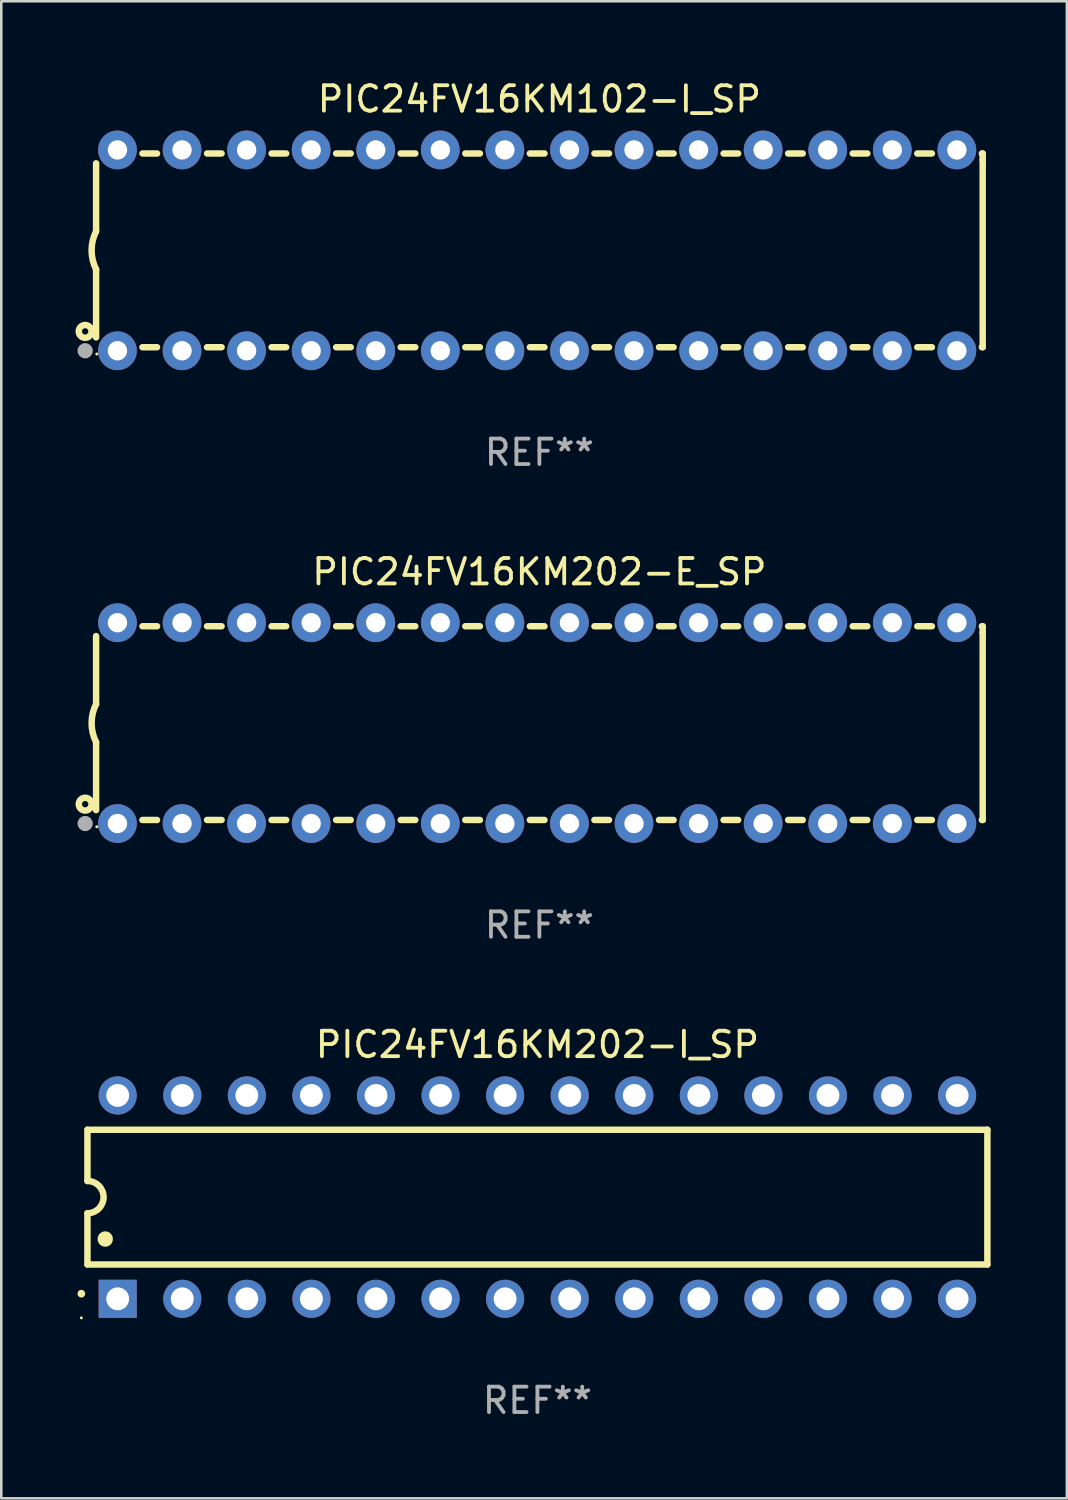
<source format=kicad_pcb>
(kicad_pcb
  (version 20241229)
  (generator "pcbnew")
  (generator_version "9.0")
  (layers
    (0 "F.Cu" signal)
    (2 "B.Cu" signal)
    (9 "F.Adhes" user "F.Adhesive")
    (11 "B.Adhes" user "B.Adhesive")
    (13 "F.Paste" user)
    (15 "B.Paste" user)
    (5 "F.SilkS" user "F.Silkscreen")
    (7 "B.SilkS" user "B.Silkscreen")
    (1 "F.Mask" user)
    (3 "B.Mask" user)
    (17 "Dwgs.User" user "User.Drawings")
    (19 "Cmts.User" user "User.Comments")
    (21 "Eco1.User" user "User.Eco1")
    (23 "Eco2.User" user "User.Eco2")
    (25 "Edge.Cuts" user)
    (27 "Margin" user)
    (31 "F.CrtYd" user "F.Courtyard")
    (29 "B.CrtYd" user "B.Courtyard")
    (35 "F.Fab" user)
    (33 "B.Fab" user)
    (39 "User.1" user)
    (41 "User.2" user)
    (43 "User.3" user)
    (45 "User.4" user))
  (footprint "PIC24FV16KM202-E_SP"
    (layer "F.Cu")
    (at 18.168 25.395)
    (property "Reference" "PIC24FV16KM202-E_SP" (at 0 -5.95 0) (layer "F.SilkS") (effects (font (size 1 1) (thickness 0.15))))
    (attr through_hole)
    (fp_line (start -17.438 0.75) (end -17.438 3.423) (stroke (width 0.254) (type solid)) (layer "F.SilkS"))
    (fp_line (start -17.438 -3.423) (end -17.438 -0.75) (stroke (width 0.254) (type solid)) (layer "F.SilkS"))
    (fp_line (start -15.615 3.81) (end -15.041 3.81) (stroke (width 0.254) (type solid)) (layer "F.SilkS"))
    (fp_line (start -15.041 -3.81) (end -15.614 -3.81) (stroke (width 0.254) (type solid)) (layer "F.SilkS"))
    (fp_line (start -13.075 3.81) (end -12.501 3.81) (stroke (width 0.254) (type solid)) (layer "F.SilkS"))
    (fp_line (start -12.501 -3.81) (end -13.074 -3.81) (stroke (width 0.254) (type solid)) (layer "F.SilkS"))
    (fp_line (start -10.535 3.81) (end -9.961 3.81) (stroke (width 0.254) (type solid)) (layer "F.SilkS"))
    (fp_line (start -9.961 -3.81) (end -10.534 -3.81) (stroke (width 0.254) (type solid)) (layer "F.SilkS"))
    (fp_line (start -7.995 3.81) (end -7.421 3.81) (stroke (width 0.254) (type solid)) (layer "F.SilkS"))
    (fp_line (start -7.421 -3.81) (end -7.995 -3.81) (stroke (width 0.254) (type solid)) (layer "F.SilkS"))
    (fp_line (start -5.455 3.81) (end -4.881 3.81) (stroke (width 0.254) (type solid)) (layer "F.SilkS"))
    (fp_line (start -4.881 -3.81) (end -5.455 -3.81) (stroke (width 0.254) (type solid)) (layer "F.SilkS"))
    (fp_line (start -2.915 3.81) (end -2.341 3.81) (stroke (width 0.254) (type solid)) (layer "F.SilkS"))
    (fp_line (start -2.341 -3.81) (end -2.915 -3.81) (stroke (width 0.254) (type solid)) (layer "F.SilkS"))
    (fp_line (start -0.375 3.81) (end 0.199 3.81) (stroke (width 0.254) (type solid)) (layer "F.SilkS"))
    (fp_line (start 0.199 -3.81) (end -0.375 -3.81) (stroke (width 0.254) (type solid)) (layer "F.SilkS"))
    (fp_line (start 2.165 3.81) (end 2.739 3.81) (stroke (width 0.254) (type solid)) (layer "F.SilkS"))
    (fp_line (start 2.739 -3.81) (end 2.165 -3.81) (stroke (width 0.254) (type solid)) (layer "F.SilkS"))
    (fp_line (start 4.705 3.81) (end 5.279 3.81) (stroke (width 0.254) (type solid)) (layer "F.SilkS"))
    (fp_line (start 5.279 -3.81) (end 4.705 -3.81) (stroke (width 0.254) (type solid)) (layer "F.SilkS"))
    (fp_line (start 7.245 3.81) (end 7.819 3.81) (stroke (width 0.254) (type solid)) (layer "F.SilkS"))
    (fp_line (start 7.819 -3.81) (end 7.245 -3.81) (stroke (width 0.254) (type solid)) (layer "F.SilkS"))
    (fp_line (start 9.785 3.81) (end 10.359 3.81) (stroke (width 0.254) (type solid)) (layer "F.SilkS"))
    (fp_line (start 10.359 -3.81) (end 9.785 -3.81) (stroke (width 0.254) (type solid)) (layer "F.SilkS"))
    (fp_line (start 12.325 3.81) (end 12.899 3.81) (stroke (width 0.254) (type solid)) (layer "F.SilkS"))
    (fp_line (start 12.899 -3.81) (end 12.325 -3.81) (stroke (width 0.254) (type solid)) (layer "F.SilkS"))
    (fp_line (start 14.865 3.81) (end 15.439 3.81) (stroke (width 0.254) (type solid)) (layer "F.SilkS"))
    (fp_line (start 15.439 -3.81) (end 14.865 -3.81) (stroke (width 0.254) (type solid)) (layer "F.SilkS"))
    (fp_line (start 17.405 3.81) (end 17.438 3.81) (stroke (width 0.254) (type solid)) (layer "F.SilkS"))
    (fp_line (start 17.438 -3.81) (end 17.405 -3.81) (stroke (width 0.254) (type solid)) (layer "F.SilkS"))
    (fp_line (start 17.438 -3.556) (end 17.438 -3.81) (stroke (width 0.254) (type solid)) (layer "F.SilkS"))
    (fp_line (start 17.438 3.81) (end 17.438 -3.556) (stroke (width 0.254) (type solid)) (layer "F.SilkS"))
    (fp_arc (start -17.437986 0.749657) (mid -17.614887 -0.000024) (end -17.437783 -0.749657) (stroke (width 0.254001) (type solid)) (layer "F.SilkS"))
    (fp_circle (center -17.868 3.188) (end -17.743 3.188) (stroke (width 0.254) (type solid)) (fill no) (layer "F.SilkS"))
    (fp_circle (center -17.411 4.077) (end -17.381 4.077) (stroke (width 0.06) (type solid)) (fill no) (layer "F.SilkS"))
    (fp_circle (center -17.868 3.95) (end -17.718 3.95) (stroke (width 0.3) (type solid)) (fill no) (layer "F.Fab"))
    (fp_text user "REF**" (at 0 7.95 0) (layer "F.Fab") (effects (font (size 1 1) (thickness 0.15))))
    (pad "1" thru_hole circle (at -16.598 3.95) (size 1.524 1.524) (drill 0.762) (layers "*.Cu" "*.Mask"))
    (pad "2" thru_hole circle (at -14.058 3.95) (size 1.524 1.524) (drill 0.762) (layers "*.Cu" "*.Mask"))
    (pad "3" thru_hole circle (at -11.518 3.95) (size 1.524 1.524) (drill 0.762) (layers "*.Cu" "*.Mask"))
    (pad "4" thru_hole circle (at -8.978 3.95) (size 1.524 1.524) (drill 0.762) (layers "*.Cu" "*.Mask"))
    (pad "5" thru_hole circle (at -6.438 3.95) (size 1.524 1.524) (drill 0.762) (layers "*.Cu" "*.Mask"))
    (pad "6" thru_hole circle (at -3.898 3.95) (size 1.524 1.524) (drill 0.762) (layers "*.Cu" "*.Mask"))
    (pad "7" thru_hole circle (at -1.358 3.95) (size 1.524 1.524) (drill 0.762) (layers "*.Cu" "*.Mask"))
    (pad "8" thru_hole circle (at 1.182 3.95) (size 1.524 1.524) (drill 0.762) (layers "*.Cu" "*.Mask"))
    (pad "9" thru_hole circle (at 3.722 3.95) (size 1.524 1.524) (drill 0.762) (layers "*.Cu" "*.Mask"))
    (pad "10" thru_hole circle (at 6.262 3.95) (size 1.524 1.524) (drill 0.762) (layers "*.Cu" "*.Mask"))
    (pad "11" thru_hole circle (at 8.802 3.95) (size 1.524 1.524) (drill 0.762) (layers "*.Cu" "*.Mask"))
    (pad "12" thru_hole circle (at 11.342 3.95) (size 1.524 1.524) (drill 0.762) (layers "*.Cu" "*.Mask"))
    (pad "13" thru_hole circle (at 13.882 3.95) (size 1.524 1.524) (drill 0.762) (layers "*.Cu" "*.Mask"))
    (pad "14" thru_hole circle (at 16.422 3.95) (size 1.524 1.524) (drill 0.762) (layers "*.Cu" "*.Mask"))
    (pad "15" thru_hole circle (at 16.422 -3.95) (size 1.524 1.524) (drill 0.762) (layers "*.Cu" "*.Mask"))
    (pad "16" thru_hole circle (at 13.882 -3.95) (size 1.524 1.524) (drill 0.762) (layers "*.Cu" "*.Mask"))
    (pad "17" thru_hole circle (at 11.342 -3.95) (size 1.524 1.524) (drill 0.762) (layers "*.Cu" "*.Mask"))
    (pad "18" thru_hole circle (at 8.802 -3.95) (size 1.524 1.524) (drill 0.762) (layers "*.Cu" "*.Mask"))
    (pad "19" thru_hole circle (at 6.262 -3.95) (size 1.524 1.524) (drill 0.762) (layers "*.Cu" "*.Mask"))
    (pad "20" thru_hole circle (at 3.722 -3.95) (size 1.524 1.524) (drill 0.762) (layers "*.Cu" "*.Mask"))
    (pad "21" thru_hole circle (at 1.182 -3.95) (size 1.524 1.524) (drill 0.762) (layers "*.Cu" "*.Mask"))
    (pad "22" thru_hole circle (at -1.358 -3.95) (size 1.524 1.524) (drill 0.762) (layers "*.Cu" "*.Mask"))
    (pad "23" thru_hole circle (at -3.898 -3.95) (size 1.524 1.524) (drill 0.762) (layers "*.Cu" "*.Mask"))
    (pad "24" thru_hole circle (at -6.438 -3.95) (size 1.524 1.524) (drill 0.762) (layers "*.Cu" "*.Mask"))
    (pad "25" thru_hole circle (at -8.978 -3.95) (size 1.524 1.524) (drill 0.762) (layers "*.Cu" "*.Mask"))
    (pad "26" thru_hole circle (at -11.517 -3.95) (size 1.524 1.524) (drill 0.762) (layers "*.Cu" "*.Mask"))
    (pad "27" thru_hole circle (at -14.057 -3.95) (size 1.524 1.524) (drill 0.762) (layers "*.Cu" "*.Mask"))
    (pad "28" thru_hole circle (at -16.597 -3.95) (size 1.524 1.524) (drill 0.762) (layers "*.Cu" "*.Mask")))
  (footprint "PIC24FV16KM102-I_SP"
    (layer "F.Cu")
    (at 18.168 6.798)
    (property "Reference" "PIC24FV16KM102-I_SP" (at 0 -5.95 0) (layer "F.SilkS") (effects (font (size 1 1) (thickness 0.15))))
    (attr through_hole)
    (fp_line (start -17.438 0.75) (end -17.438 3.423) (stroke (width 0.254) (type solid)) (layer "F.SilkS"))
    (fp_line (start -17.438 -3.423) (end -17.438 -0.75) (stroke (width 0.254) (type solid)) (layer "F.SilkS"))
    (fp_line (start -15.615 3.81) (end -15.041 3.81) (stroke (width 0.254) (type solid)) (layer "F.SilkS"))
    (fp_line (start -15.041 -3.81) (end -15.614 -3.81) (stroke (width 0.254) (type solid)) (layer "F.SilkS"))
    (fp_line (start -13.075 3.81) (end -12.501 3.81) (stroke (width 0.254) (type solid)) (layer "F.SilkS"))
    (fp_line (start -12.501 -3.81) (end -13.074 -3.81) (stroke (width 0.254) (type solid)) (layer "F.SilkS"))
    (fp_line (start -10.535 3.81) (end -9.961 3.81) (stroke (width 0.254) (type solid)) (layer "F.SilkS"))
    (fp_line (start -9.961 -3.81) (end -10.534 -3.81) (stroke (width 0.254) (type solid)) (layer "F.SilkS"))
    (fp_line (start -7.995 3.81) (end -7.421 3.81) (stroke (width 0.254) (type solid)) (layer "F.SilkS"))
    (fp_line (start -7.421 -3.81) (end -7.995 -3.81) (stroke (width 0.254) (type solid)) (layer "F.SilkS"))
    (fp_line (start -5.455 3.81) (end -4.881 3.81) (stroke (width 0.254) (type solid)) (layer "F.SilkS"))
    (fp_line (start -4.881 -3.81) (end -5.455 -3.81) (stroke (width 0.254) (type solid)) (layer "F.SilkS"))
    (fp_line (start -2.915 3.81) (end -2.341 3.81) (stroke (width 0.254) (type solid)) (layer "F.SilkS"))
    (fp_line (start -2.341 -3.81) (end -2.915 -3.81) (stroke (width 0.254) (type solid)) (layer "F.SilkS"))
    (fp_line (start -0.375 3.81) (end 0.199 3.81) (stroke (width 0.254) (type solid)) (layer "F.SilkS"))
    (fp_line (start 0.199 -3.81) (end -0.375 -3.81) (stroke (width 0.254) (type solid)) (layer "F.SilkS"))
    (fp_line (start 2.165 3.81) (end 2.739 3.81) (stroke (width 0.254) (type solid)) (layer "F.SilkS"))
    (fp_line (start 2.739 -3.81) (end 2.165 -3.81) (stroke (width 0.254) (type solid)) (layer "F.SilkS"))
    (fp_line (start 4.705 3.81) (end 5.279 3.81) (stroke (width 0.254) (type solid)) (layer "F.SilkS"))
    (fp_line (start 5.279 -3.81) (end 4.705 -3.81) (stroke (width 0.254) (type solid)) (layer "F.SilkS"))
    (fp_line (start 7.245 3.81) (end 7.819 3.81) (stroke (width 0.254) (type solid)) (layer "F.SilkS"))
    (fp_line (start 7.819 -3.81) (end 7.245 -3.81) (stroke (width 0.254) (type solid)) (layer "F.SilkS"))
    (fp_line (start 9.785 3.81) (end 10.359 3.81) (stroke (width 0.254) (type solid)) (layer "F.SilkS"))
    (fp_line (start 10.359 -3.81) (end 9.785 -3.81) (stroke (width 0.254) (type solid)) (layer "F.SilkS"))
    (fp_line (start 12.325 3.81) (end 12.899 3.81) (stroke (width 0.254) (type solid)) (layer "F.SilkS"))
    (fp_line (start 12.899 -3.81) (end 12.325 -3.81) (stroke (width 0.254) (type solid)) (layer "F.SilkS"))
    (fp_line (start 14.865 3.81) (end 15.439 3.81) (stroke (width 0.254) (type solid)) (layer "F.SilkS"))
    (fp_line (start 15.439 -3.81) (end 14.865 -3.81) (stroke (width 0.254) (type solid)) (layer "F.SilkS"))
    (fp_line (start 17.405 3.81) (end 17.438 3.81) (stroke (width 0.254) (type solid)) (layer "F.SilkS"))
    (fp_line (start 17.438 -3.81) (end 17.405 -3.81) (stroke (width 0.254) (type solid)) (layer "F.SilkS"))
    (fp_line (start 17.438 -3.556) (end 17.438 -3.81) (stroke (width 0.254) (type solid)) (layer "F.SilkS"))
    (fp_line (start 17.438 3.81) (end 17.438 -3.556) (stroke (width 0.254) (type solid)) (layer "F.SilkS"))
    (fp_arc (start -17.437986 0.749657) (mid -17.614887 -0.000024) (end -17.437783 -0.749657) (stroke (width 0.254001) (type solid)) (layer "F.SilkS"))
    (fp_circle (center -17.868 3.188) (end -17.743 3.188) (stroke (width 0.254) (type solid)) (fill no) (layer "F.SilkS"))
    (fp_circle (center -17.411 4.077) (end -17.381 4.077) (stroke (width 0.06) (type solid)) (fill no) (layer "F.SilkS"))
    (fp_circle (center -17.868 3.95) (end -17.718 3.95) (stroke (width 0.3) (type solid)) (fill no) (layer "F.Fab"))
    (fp_text user "REF**" (at 0 7.95 0) (layer "F.Fab") (effects (font (size 1 1) (thickness 0.15))))
    (pad "1" thru_hole circle (at -16.598 3.95) (size 1.524 1.524) (drill 0.762) (layers "*.Cu" "*.Mask"))
    (pad "2" thru_hole circle (at -14.058 3.95) (size 1.524 1.524) (drill 0.762) (layers "*.Cu" "*.Mask"))
    (pad "3" thru_hole circle (at -11.518 3.95) (size 1.524 1.524) (drill 0.762) (layers "*.Cu" "*.Mask"))
    (pad "4" thru_hole circle (at -8.978 3.95) (size 1.524 1.524) (drill 0.762) (layers "*.Cu" "*.Mask"))
    (pad "5" thru_hole circle (at -6.438 3.95) (size 1.524 1.524) (drill 0.762) (layers "*.Cu" "*.Mask"))
    (pad "6" thru_hole circle (at -3.898 3.95) (size 1.524 1.524) (drill 0.762) (layers "*.Cu" "*.Mask"))
    (pad "7" thru_hole circle (at -1.358 3.95) (size 1.524 1.524) (drill 0.762) (layers "*.Cu" "*.Mask"))
    (pad "8" thru_hole circle (at 1.182 3.95) (size 1.524 1.524) (drill 0.762) (layers "*.Cu" "*.Mask"))
    (pad "9" thru_hole circle (at 3.722 3.95) (size 1.524 1.524) (drill 0.762) (layers "*.Cu" "*.Mask"))
    (pad "10" thru_hole circle (at 6.262 3.95) (size 1.524 1.524) (drill 0.762) (layers "*.Cu" "*.Mask"))
    (pad "11" thru_hole circle (at 8.802 3.95) (size 1.524 1.524) (drill 0.762) (layers "*.Cu" "*.Mask"))
    (pad "12" thru_hole circle (at 11.342 3.95) (size 1.524 1.524) (drill 0.762) (layers "*.Cu" "*.Mask"))
    (pad "13" thru_hole circle (at 13.882 3.95) (size 1.524 1.524) (drill 0.762) (layers "*.Cu" "*.Mask"))
    (pad "14" thru_hole circle (at 16.422 3.95) (size 1.524 1.524) (drill 0.762) (layers "*.Cu" "*.Mask"))
    (pad "15" thru_hole circle (at 16.422 -3.95) (size 1.524 1.524) (drill 0.762) (layers "*.Cu" "*.Mask"))
    (pad "16" thru_hole circle (at 13.882 -3.95) (size 1.524 1.524) (drill 0.762) (layers "*.Cu" "*.Mask"))
    (pad "17" thru_hole circle (at 11.342 -3.95) (size 1.524 1.524) (drill 0.762) (layers "*.Cu" "*.Mask"))
    (pad "18" thru_hole circle (at 8.802 -3.95) (size 1.524 1.524) (drill 0.762) (layers "*.Cu" "*.Mask"))
    (pad "19" thru_hole circle (at 6.262 -3.95) (size 1.524 1.524) (drill 0.762) (layers "*.Cu" "*.Mask"))
    (pad "20" thru_hole circle (at 3.722 -3.95) (size 1.524 1.524) (drill 0.762) (layers "*.Cu" "*.Mask"))
    (pad "21" thru_hole circle (at 1.182 -3.95) (size 1.524 1.524) (drill 0.762) (layers "*.Cu" "*.Mask"))
    (pad "22" thru_hole circle (at -1.358 -3.95) (size 1.524 1.524) (drill 0.762) (layers "*.Cu" "*.Mask"))
    (pad "23" thru_hole circle (at -3.898 -3.95) (size 1.524 1.524) (drill 0.762) (layers "*.Cu" "*.Mask"))
    (pad "24" thru_hole circle (at -6.438 -3.95) (size 1.524 1.524) (drill 0.762) (layers "*.Cu" "*.Mask"))
    (pad "25" thru_hole circle (at -8.978 -3.95) (size 1.524 1.524) (drill 0.762) (layers "*.Cu" "*.Mask"))
    (pad "26" thru_hole circle (at -11.517 -3.95) (size 1.524 1.524) (drill 0.762) (layers "*.Cu" "*.Mask"))
    (pad "27" thru_hole circle (at -14.057 -3.95) (size 1.524 1.524) (drill 0.762) (layers "*.Cu" "*.Mask"))
    (pad "28" thru_hole circle (at -16.597 -3.95) (size 1.524 1.524) (drill 0.762) (layers "*.Cu" "*.Mask")))
  (footprint "PIC24FV16KM202-I_SP"
    (layer "F.Cu")
    (at 18.09 44.041)
    (property "Reference" "PIC24FV16KM202-I_SP" (at 0 -6 0) (layer "F.SilkS") (effects (font (size 1 1) (thickness 0.15))))
    (attr through_hole)
    (fp_line (start -17.7 -2.65) (end 17.7 -2.65) (stroke (width 0.254) (type solid)) (layer "F.SilkS"))
    (fp_line (start -17.7 -0.635) (end -17.7 -2.65) (stroke (width 0.254) (type solid)) (layer "F.SilkS"))
    (fp_line (start -17.7 2.65) (end -17.7 0.635) (stroke (width 0.254) (type solid)) (layer "F.SilkS"))
    (fp_line (start 17.7 -2.65) (end 17.7 2.65) (stroke (width 0.254) (type solid)) (layer "F.SilkS"))
    (fp_line (start 17.7 2.65) (end -17.7 2.65) (stroke (width 0.254) (type solid)) (layer "F.SilkS"))
    (fp_arc (start -17.940056 3.799848) (mid -17.940061 3.798578) (end -17.940056 3.797308) (stroke (width 0.3) (type solid)) (layer "F.SilkS"))
    (fp_arc (start -17.701295 -0.635001) (mid -17.066294 0) (end -17.701295 0.635001) (stroke (width 0.254001) (type solid)) (layer "F.SilkS"))
    (fp_arc (start -17.000254 1.651003) (mid -17.000265 1.648463) (end -17.000254 1.645923) (stroke (width 0.6) (type solid)) (layer "F.SilkS"))
    (fp_circle (center -17.94 4.75) (end -17.91 4.75) (stroke (width 0.06) (type solid)) (fill no) (layer "F.SilkS"))
    (fp_text user "REF**" (at 0 8 0) (layer "F.Fab") (effects (font (size 1 1) (thickness 0.15))))
    (pad "1" thru_hole rect (at -16.51 4 90) (size 1.5 1.5) (drill 0.9) (layers "*.Cu" "*.Mask"))
    (pad "2" thru_hole circle (at -13.97 4) (size 1.5 1.5) (drill 0.9) (layers "*.Cu" "*.Mask"))
    (pad "3" thru_hole circle (at -11.43 4) (size 1.5 1.5) (drill 0.9) (layers "*.Cu" "*.Mask"))
    (pad "4" thru_hole circle (at -8.89 4) (size 1.5 1.5) (drill 0.9) (layers "*.Cu" "*.Mask"))
    (pad "5" thru_hole circle (at -6.35 4) (size 1.5 1.5) (drill 0.9) (layers "*.Cu" "*.Mask"))
    (pad "6" thru_hole circle (at -3.81 4) (size 1.5 1.5) (drill 0.9) (layers "*.Cu" "*.Mask"))
    (pad "7" thru_hole circle (at -1.27 4) (size 1.5 1.5) (drill 0.9) (layers "*.Cu" "*.Mask"))
    (pad "8" thru_hole circle (at 1.27 4) (size 1.5 1.5) (drill 0.9) (layers "*.Cu" "*.Mask"))
    (pad "9" thru_hole circle (at 3.81 4) (size 1.5 1.5) (drill 0.9) (layers "*.Cu" "*.Mask"))
    (pad "10" thru_hole circle (at 6.35 4) (size 1.5 1.5) (drill 0.9) (layers "*.Cu" "*.Mask"))
    (pad "11" thru_hole circle (at 8.89 4) (size 1.5 1.5) (drill 0.9) (layers "*.Cu" "*.Mask"))
    (pad "12" thru_hole circle (at 11.43 4) (size 1.5 1.5) (drill 0.9) (layers "*.Cu" "*.Mask"))
    (pad "13" thru_hole circle (at 13.97 4) (size 1.5 1.5) (drill 0.9) (layers "*.Cu" "*.Mask"))
    (pad "14" thru_hole circle (at 16.51 4) (size 1.5 1.5) (drill 0.9) (layers "*.Cu" "*.Mask"))
    (pad "15" thru_hole circle (at 16.51 -4) (size 1.5 1.5) (drill 0.9) (layers "*.Cu" "*.Mask"))
    (pad "16" thru_hole circle (at 13.97 -4) (size 1.5 1.5) (drill 0.9) (layers "*.Cu" "*.Mask"))
    (pad "17" thru_hole circle (at 11.43 -4) (size 1.5 1.5) (drill 0.9) (layers "*.Cu" "*.Mask"))
    (pad "18" thru_hole circle (at 8.89 -4) (size 1.5 1.5) (drill 0.9) (layers "*.Cu" "*.Mask"))
    (pad "19" thru_hole circle (at 6.35 -4) (size 1.5 1.5) (drill 0.9) (layers "*.Cu" "*.Mask"))
    (pad "20" thru_hole circle (at 3.81 -4) (size 1.5 1.5) (drill 0.9) (layers "*.Cu" "*.Mask"))
    (pad "21" thru_hole circle (at 1.27 -4) (size 1.5 1.5) (drill 0.9) (layers "*.Cu" "*.Mask"))
    (pad "22" thru_hole circle (at -1.27 -4) (size 1.5 1.5) (drill 0.9) (layers "*.Cu" "*.Mask"))
    (pad "23" thru_hole circle (at -3.81 -4) (size 1.5 1.5) (drill 0.9) (layers "*.Cu" "*.Mask"))
    (pad "24" thru_hole circle (at -6.35 -4) (size 1.5 1.5) (drill 0.9) (layers "*.Cu" "*.Mask"))
    (pad "25" thru_hole circle (at -8.89 -4) (size 1.5 1.5) (drill 0.9) (layers "*.Cu" "*.Mask"))
    (pad "26" thru_hole circle (at -11.43 -4) (size 1.5 1.5) (drill 0.9) (layers "*.Cu" "*.Mask"))
    (pad "27" thru_hole circle (at -13.97 -4) (size 1.5 1.5) (drill 0.9) (layers "*.Cu" "*.Mask"))
    (pad "28" thru_hole circle (at -16.51 -4) (size 1.5 1.5) (drill 0.9) (layers "*.Cu" "*.Mask")))
  (gr_rect
    (start -3 -3)
    (end 38.917 55.889)
    (stroke (width 0.1) (type default))
    (fill no)
    (layer "Edge.Cuts")))
</source>
